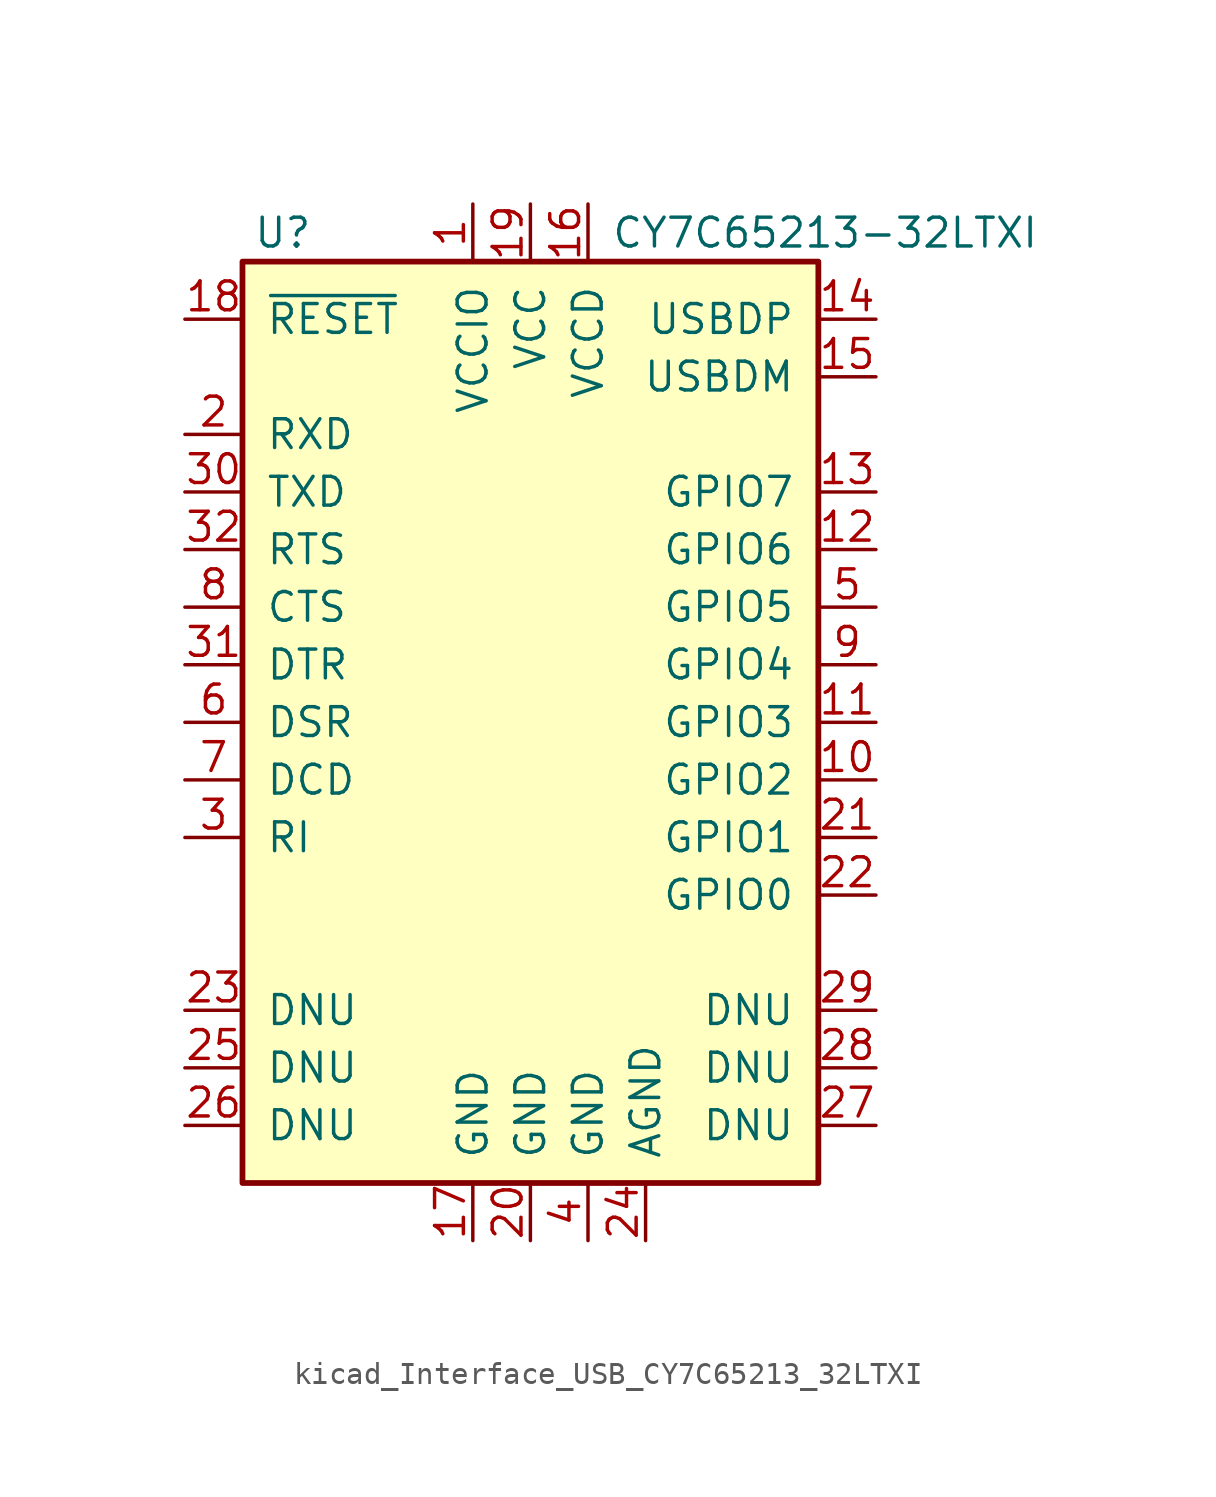
<source format=kicad_sym>
(kicad_symbol_lib
  (version 20220914)
  (generator kicad_symbol_editor)
  (symbol "kicad_Interface_USB_CY7C65213_32LTXI"
    (pin_names
      (offset 1.016))
    (property "Reference" "U"
      (at -10.922 19.05 0)
      (effects (font (size 1.27 1.27))))
    (property "Value" "CY7C65213-32LTXI"
      (at 3.556 19.05 0)
      (effects (font (size 1.27 1.27)) (justify left)))
    (symbol "kicad_Interface_USB_CY7C65213_32LTXI_0_1"
      (rectangle (start -12.7 17.78) (end 12.7 -22.86) (stroke (width 0.254) (type default)) (fill (type background))))
    (symbol "kicad_Interface_USB_CY7C65213_32LTXI_1_1"
      (pin power_in line (at -2.54 20.32 270) (length 2.54) (name "VCCIO" (effects (font (size 1.27 1.27)))) (number "1" (effects (font (size 1.27 1.27)))))
      (pin tri_state line (at 15.24 -5.08 180) (length 2.54) (name "GPIO2" (effects (font (size 1.27 1.27)))) (number "10" (effects (font (size 1.27 1.27)))))
      (pin bidirectional line (at 15.24 -2.54 180) (length 2.54) (name "GPIO3" (effects (font (size 1.27 1.27)))) (number "11" (effects (font (size 1.27 1.27)))))
      (pin tri_state line (at 15.24 5.08 180) (length 2.54) (name "GPIO6" (effects (font (size 1.27 1.27)))) (number "12" (effects (font (size 1.27 1.27)))))
      (pin tri_state line (at 15.24 7.62 180) (length 2.54) (name "GPIO7" (effects (font (size 1.27 1.27)))) (number "13" (effects (font (size 1.27 1.27)))))
      (pin bidirectional line (at 15.24 15.24 180) (length 2.54) (name "USBDP" (effects (font (size 1.27 1.27)))) (number "14" (effects (font (size 1.27 1.27)))))
      (pin bidirectional line (at 15.24 12.7 180) (length 2.54) (name "USBDM" (effects (font (size 1.27 1.27)))) (number "15" (effects (font (size 1.27 1.27)))))
      (pin passive line (at 2.54 20.32 270) (length 2.54) (name "VCCD" (effects (font (size 1.27 1.27)))) (number "16" (effects (font (size 1.27 1.27)))))
      (pin power_in line (at -2.54 -25.4 90) (length 2.54) (name "GND" (effects (font (size 1.27 1.27)))) (number "17" (effects (font (size 1.27 1.27)))))
      (pin bidirectional line (at -15.24 15.24 0) (length 2.54) (name "~{RESET}" (effects (font (size 1.27 1.27)))) (number "18" (effects (font (size 1.27 1.27)))))
      (pin power_in line (at 0 20.32 270) (length 2.54) (name "VCC" (effects (font (size 1.27 1.27)))) (number "19" (effects (font (size 1.27 1.27)))))
      (pin input line (at -15.24 10.16 0) (length 2.54) (name "RXD" (effects (font (size 1.27 1.27)))) (number "2" (effects (font (size 1.27 1.27)))))
      (pin power_in line (at 0 -25.4 90) (length 2.54) (name "GND" (effects (font (size 1.27 1.27)))) (number "20" (effects (font (size 1.27 1.27)))))
      (pin bidirectional line (at 15.24 -7.62 180) (length 2.54) (name "GPIO1" (effects (font (size 1.27 1.27)))) (number "21" (effects (font (size 1.27 1.27)))))
      (pin bidirectional line (at 15.24 -10.16 180) (length 2.54) (name "GPIO0" (effects (font (size 1.27 1.27)))) (number "22" (effects (font (size 1.27 1.27)))))
      (pin passive line (at -15.24 -15.24 0) (length 2.54) (name "DNU" (effects (font (size 1.27 1.27)))) (number "23" (effects (font (size 1.27 1.27)))))
      (pin power_in line (at 5.08 -25.4 90) (length 2.54) (name "AGND" (effects (font (size 1.27 1.27)))) (number "24" (effects (font (size 1.27 1.27)))))
      (pin passive line (at -15.24 -17.78 0) (length 2.54) (name "DNU" (effects (font (size 1.27 1.27)))) (number "25" (effects (font (size 1.27 1.27)))))
      (pin passive line (at -15.24 -20.32 0) (length 2.54) (name "DNU" (effects (font (size 1.27 1.27)))) (number "26" (effects (font (size 1.27 1.27)))))
      (pin passive line (at 15.24 -20.32 180) (length 2.54) (name "DNU" (effects (font (size 1.27 1.27)))) (number "27" (effects (font (size 1.27 1.27)))))
      (pin passive line (at 15.24 -17.78 180) (length 2.54) (name "DNU" (effects (font (size 1.27 1.27)))) (number "28" (effects (font (size 1.27 1.27)))))
      (pin passive line (at 15.24 -15.24 180) (length 2.54) (name "DNU" (effects (font (size 1.27 1.27)))) (number "29" (effects (font (size 1.27 1.27)))))
      (pin input line (at -15.24 -7.62 0) (length 2.54) (name "RI" (effects (font (size 1.27 1.27)))) (number "3" (effects (font (size 1.27 1.27)))))
      (pin output line (at -15.24 7.62 0) (length 2.54) (name "TXD" (effects (font (size 1.27 1.27)))) (number "30" (effects (font (size 1.27 1.27)))))
      (pin output line (at -15.24 0 0) (length 2.54) (name "DTR" (effects (font (size 1.27 1.27)))) (number "31" (effects (font (size 1.27 1.27)))))
      (pin output line (at -15.24 5.08 0) (length 2.54) (name "RTS" (effects (font (size 1.27 1.27)))) (number "32" (effects (font (size 1.27 1.27)))))
      (pin no_connect line (at -12.7 -12.7 0) (length 2.54) hide (name "1EP" (effects (font (size 1.27 1.27)))) (number "33" (effects (font (size 1.27 1.27)))))
      (pin power_in line (at 2.54 -25.4 90) (length 2.54) (name "GND" (effects (font (size 1.27 1.27)))) (number "4" (effects (font (size 1.27 1.27)))))
      (pin tri_state line (at 15.24 2.54 180) (length 2.54) (name "GPIO5" (effects (font (size 1.27 1.27)))) (number "5" (effects (font (size 1.27 1.27)))))
      (pin input line (at -15.24 -2.54 0) (length 2.54) (name "DSR" (effects (font (size 1.27 1.27)))) (number "6" (effects (font (size 1.27 1.27)))))
      (pin input line (at -15.24 -5.08 0) (length 2.54) (name "DCD" (effects (font (size 1.27 1.27)))) (number "7" (effects (font (size 1.27 1.27)))))
      (pin input line (at -15.24 2.54 0) (length 2.54) (name "CTS" (effects (font (size 1.27 1.27)))) (number "8" (effects (font (size 1.27 1.27)))))
      (pin bidirectional line (at 15.24 0 180) (length 2.54) (name "GPIO4" (effects (font (size 1.27 1.27)))) (number "9" (effects (font (size 1.27 1.27))))))))
</source>
